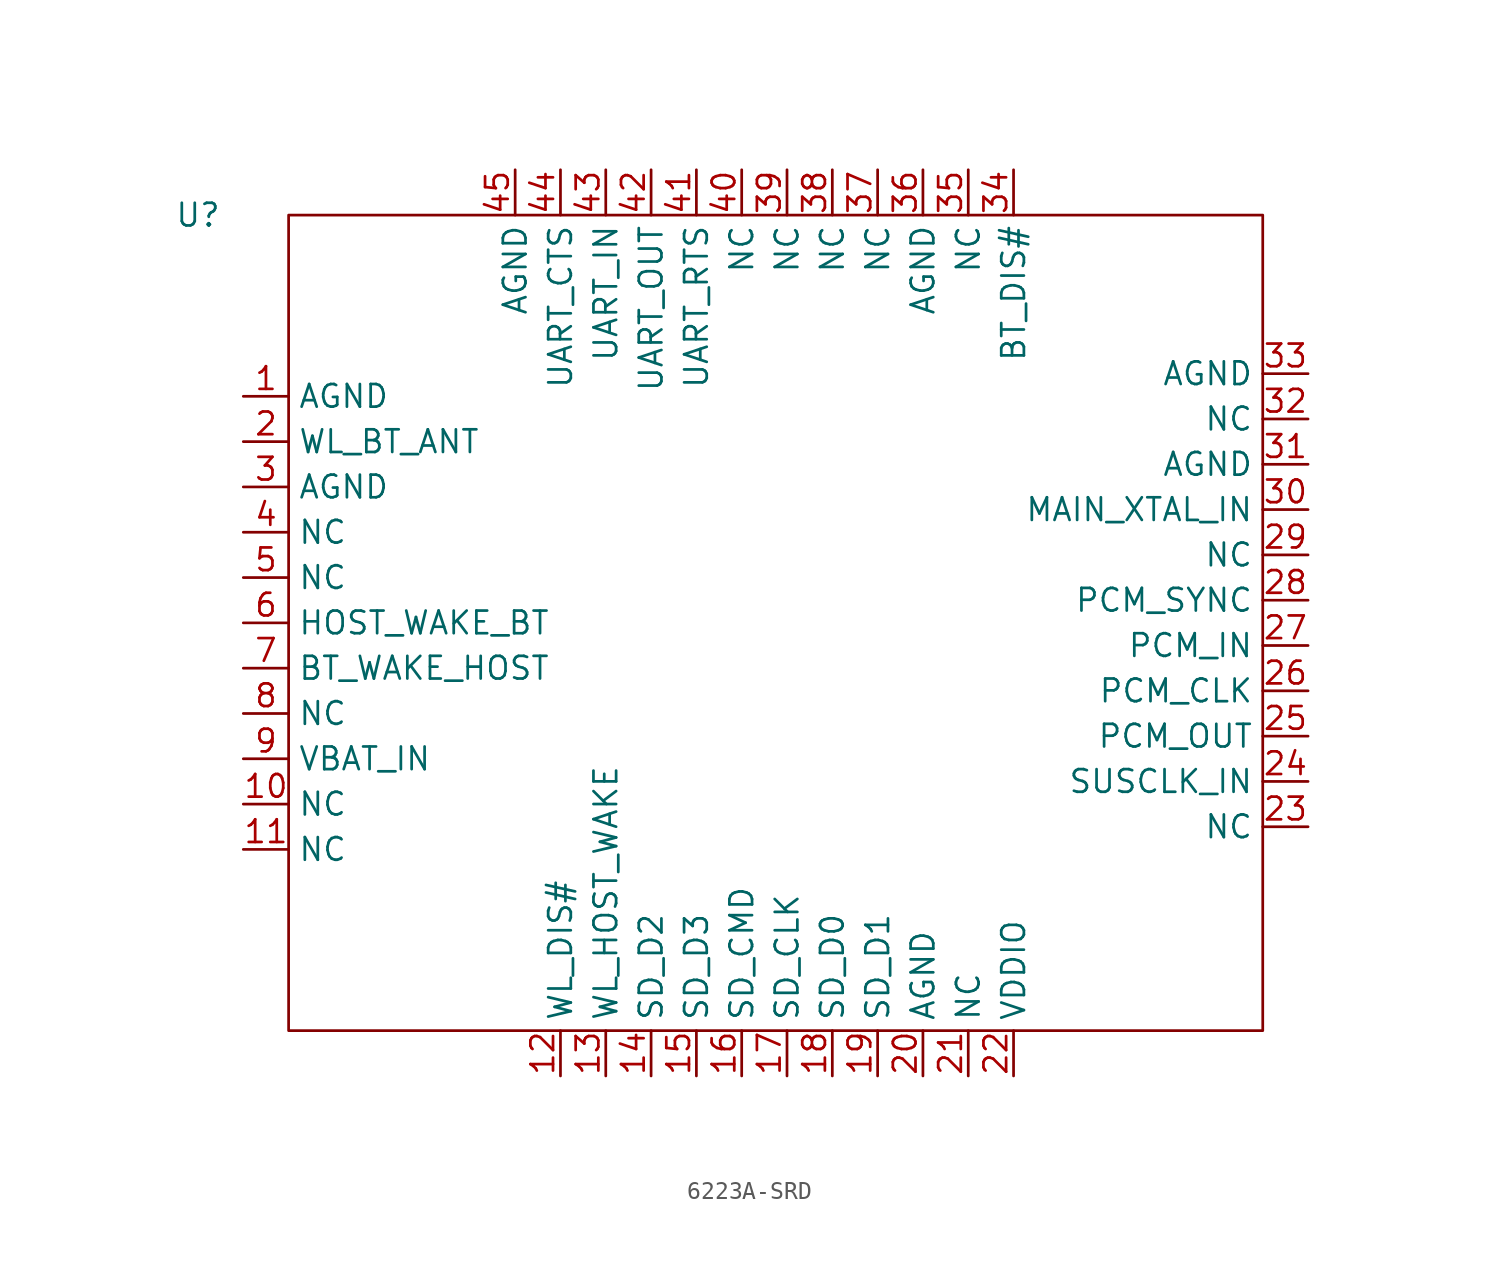
<source format=kicad_sym>
(kicad_symbol_lib
  (version 20220914)
  (generator kicad_symbol_editor)
  (symbol "6223A-SRD"
    (property "Reference" "U"
      (at 5.08 -3.81 0)
      (effects (font (size 1.27 1.27))))
    (property "Value" ""
      (at 7.62 -11.27 0)
      (effects (font (size 1.27 1.27))))
    (symbol "6223A-SRD_0_1"
      (rectangle (start 10.16 -3.81) (end 64.77 -49.53) (stroke (width 0) (type default)) (fill (type none))))
    (symbol "6223A-SRD_1_0"
      (pin output line (at 7.62 -13.97 0) (length 2.54) (name "AGND" (effects (font (size 1.27 1.27)))) (number "1" (effects (font (size 1.27 1.27)))))
      (pin output line (at 7.62 -36.83 0) (length 2.54) (name "NC" (effects (font (size 1.27 1.27)))) (number "10" (effects (font (size 1.27 1.27)))))
      (pin output line (at 7.62 -39.37 0) (length 2.54) (name "NC" (effects (font (size 1.27 1.27)))) (number "11" (effects (font (size 1.27 1.27)))))
      (pin output line (at 25.4 -52.07 90) (length 2.54) (name "WL_DIS#" (effects (font (size 1.27 1.27)))) (number "12" (effects (font (size 1.27 1.27)))))
      (pin output line (at 27.94 -52.07 90) (length 2.54) (name "WL_HOST_WAKE" (effects (font (size 1.27 1.27)))) (number "13" (effects (font (size 1.27 1.27)))))
      (pin output line (at 30.48 -52.07 90) (length 2.54) (name "SD_D2" (effects (font (size 1.27 1.27)))) (number "14" (effects (font (size 1.27 1.27)))))
      (pin output line (at 33.02 -52.07 90) (length 2.54) (name "SD_D3" (effects (font (size 1.27 1.27)))) (number "15" (effects (font (size 1.27 1.27)))))
      (pin output line (at 35.56 -52.07 90) (length 2.54) (name "SD_CMD" (effects (font (size 1.27 1.27)))) (number "16" (effects (font (size 1.27 1.27)))))
      (pin output line (at 38.1 -52.07 90) (length 2.54) (name "SD_CLK" (effects (font (size 1.27 1.27)))) (number "17" (effects (font (size 1.27 1.27)))))
      (pin output line (at 40.64 -52.07 90) (length 2.54) (name "SD_D0" (effects (font (size 1.27 1.27)))) (number "18" (effects (font (size 1.27 1.27)))))
      (pin output line (at 43.18 -52.07 90) (length 2.54) (name "SD_D1" (effects (font (size 1.27 1.27)))) (number "19" (effects (font (size 1.27 1.27)))))
      (pin output line (at 7.62 -16.51 0) (length 2.54) (name "WL_BT_ANT" (effects (font (size 1.27 1.27)))) (number "2" (effects (font (size 1.27 1.27)))))
      (pin output line (at 45.72 -52.07 90) (length 2.54) (name "AGND" (effects (font (size 1.27 1.27)))) (number "20" (effects (font (size 1.27 1.27)))))
      (pin output line (at 48.26 -52.07 90) (length 2.54) (name "NC" (effects (font (size 1.27 1.27)))) (number "21" (effects (font (size 1.27 1.27)))))
      (pin output line (at 50.8 -52.07 90) (length 2.54) (name "VDDIO" (effects (font (size 1.27 1.27)))) (number "22" (effects (font (size 1.27 1.27)))))
      (pin output line (at 67.31 -38.1 180) (length 2.54) (name "NC" (effects (font (size 1.27 1.27)))) (number "23" (effects (font (size 1.27 1.27)))))
      (pin output line (at 67.31 -35.56 180) (length 2.54) (name "SUSCLK_IN" (effects (font (size 1.27 1.27)))) (number "24" (effects (font (size 1.27 1.27)))))
      (pin output line (at 67.31 -33.02 180) (length 2.54) (name "PCM_OUT" (effects (font (size 1.27 1.27)))) (number "25" (effects (font (size 1.27 1.27)))))
      (pin output line (at 67.31 -30.48 180) (length 2.54) (name "PCM_CLK" (effects (font (size 1.27 1.27)))) (number "26" (effects (font (size 1.27 1.27)))))
      (pin output line (at 67.31 -27.94 180) (length 2.54) (name "PCM_IN" (effects (font (size 1.27 1.27)))) (number "27" (effects (font (size 1.27 1.27)))))
      (pin output line (at 67.31 -25.4 180) (length 2.54) (name "PCM_SYNC" (effects (font (size 1.27 1.27)))) (number "28" (effects (font (size 1.27 1.27)))))
      (pin output line (at 67.31 -22.86 180) (length 2.54) (name "NC" (effects (font (size 1.27 1.27)))) (number "29" (effects (font (size 1.27 1.27)))))
      (pin output line (at 7.62 -19.05 0) (length 2.54) (name "AGND" (effects (font (size 1.27 1.27)))) (number "3" (effects (font (size 1.27 1.27)))))
      (pin output line (at 67.31 -20.32 180) (length 2.54) (name "MAIN_XTAL_IN" (effects (font (size 1.27 1.27)))) (number "30" (effects (font (size 1.27 1.27)))))
      (pin output line (at 67.31 -17.78 180) (length 2.54) (name "AGND" (effects (font (size 1.27 1.27)))) (number "31" (effects (font (size 1.27 1.27)))))
      (pin output line (at 67.31 -15.24 180) (length 2.54) (name "NC" (effects (font (size 1.27 1.27)))) (number "32" (effects (font (size 1.27 1.27)))))
      (pin output line (at 67.31 -12.7 180) (length 2.54) (name "AGND" (effects (font (size 1.27 1.27)))) (number "33" (effects (font (size 1.27 1.27)))))
      (pin output line (at 50.8 -1.27 270) (length 2.54) (name "BT_DIS#" (effects (font (size 1.27 1.27)))) (number "34" (effects (font (size 1.27 1.27)))))
      (pin output line (at 48.26 -1.27 270) (length 2.54) (name "NC" (effects (font (size 1.27 1.27)))) (number "35" (effects (font (size 1.27 1.27)))))
      (pin output line (at 45.72 -1.27 270) (length 2.54) (name "AGND" (effects (font (size 1.27 1.27)))) (number "36" (effects (font (size 1.27 1.27)))))
      (pin output line (at 43.18 -1.27 270) (length 2.54) (name "NC" (effects (font (size 1.27 1.27)))) (number "37" (effects (font (size 1.27 1.27)))))
      (pin output line (at 40.64 -1.27 270) (length 2.54) (name "NC" (effects (font (size 1.27 1.27)))) (number "38" (effects (font (size 1.27 1.27)))))
      (pin output line (at 38.1 -1.27 270) (length 2.54) (name "NC" (effects (font (size 1.27 1.27)))) (number "39" (effects (font (size 1.27 1.27)))))
      (pin output line (at 7.62 -21.59 0) (length 2.54) (name "NC" (effects (font (size 1.27 1.27)))) (number "4" (effects (font (size 1.27 1.27)))))
      (pin output line (at 35.56 -1.27 270) (length 2.54) (name "NC" (effects (font (size 1.27 1.27)))) (number "40" (effects (font (size 1.27 1.27)))))
      (pin output line (at 33.02 -1.27 270) (length 2.54) (name "UART_RTS" (effects (font (size 1.27 1.27)))) (number "41" (effects (font (size 1.27 1.27)))))
      (pin output line (at 30.48 -1.27 270) (length 2.54) (name "UART_OUT" (effects (font (size 1.27 1.27)))) (number "42" (effects (font (size 1.27 1.27)))))
      (pin output line (at 27.94 -1.27 270) (length 2.54) (name "UART_IN" (effects (font (size 1.27 1.27)))) (number "43" (effects (font (size 1.27 1.27)))))
      (pin output line (at 25.4 -1.27 270) (length 2.54) (name "UART_CTS" (effects (font (size 1.27 1.27)))) (number "44" (effects (font (size 1.27 1.27)))))
      (pin output line (at 22.86 -1.27 270) (length 2.54) (name "AGND" (effects (font (size 1.27 1.27)))) (number "45" (effects (font (size 1.27 1.27)))))
      (pin output line (at 7.62 -24.13 0) (length 2.54) (name "NC" (effects (font (size 1.27 1.27)))) (number "5" (effects (font (size 1.27 1.27)))))
      (pin output line (at 7.62 -26.67 0) (length 2.54) (name "HOST_WAKE_BT" (effects (font (size 1.27 1.27)))) (number "6" (effects (font (size 1.27 1.27)))))
      (pin output line (at 7.62 -29.21 0) (length 2.54) (name "BT_WAKE_HOST" (effects (font (size 1.27 1.27)))) (number "7" (effects (font (size 1.27 1.27)))))
      (pin output line (at 7.62 -31.75 0) (length 2.54) (name "NC" (effects (font (size 1.27 1.27)))) (number "8" (effects (font (size 1.27 1.27)))))
      (pin output line (at 7.62 -34.29 0) (length 2.54) (name "VBAT_IN" (effects (font (size 1.27 1.27)))) (number "9" (effects (font (size 1.27 1.27))))))))
</source>
